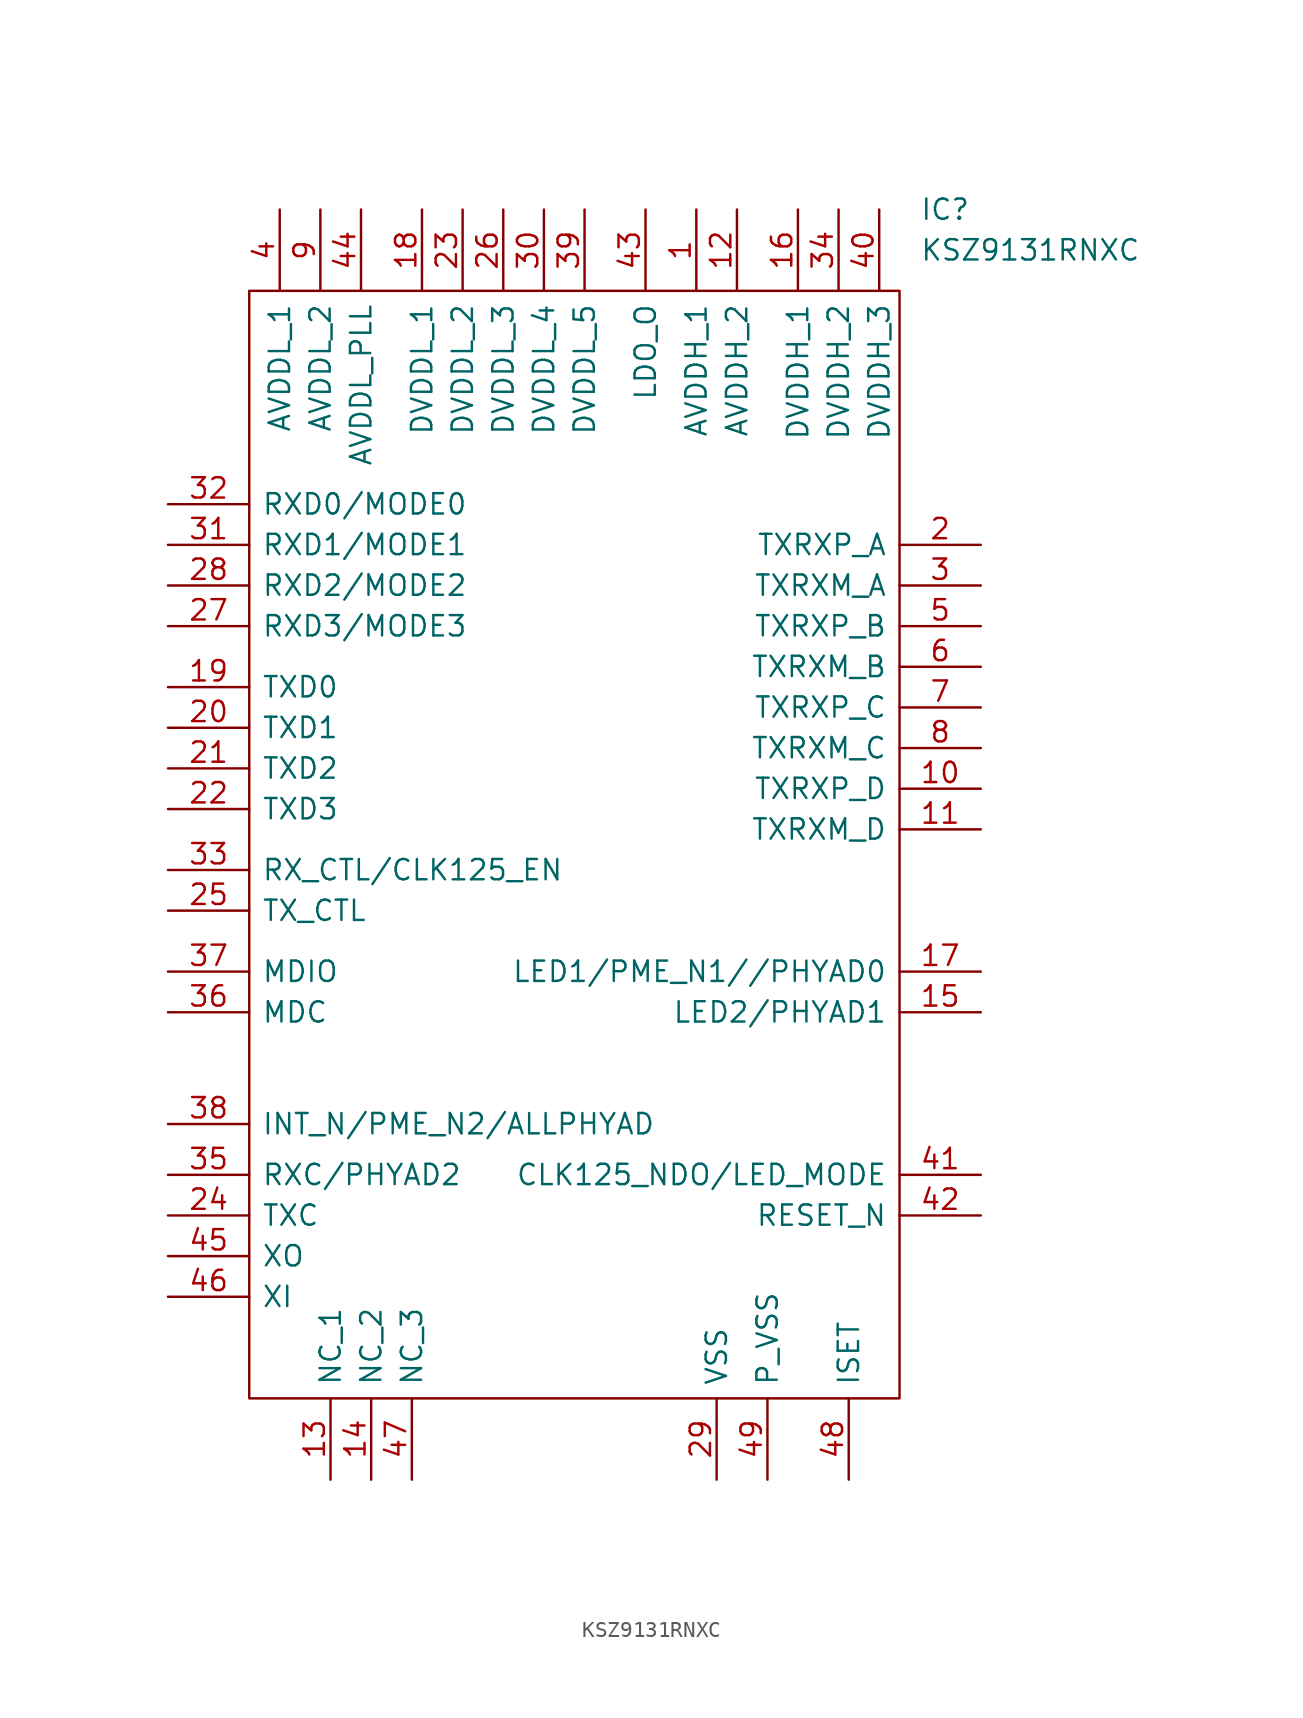
<source format=kicad_sym>
(kicad_symbol_lib
  (version 20200908)
  (generator kicad_symbol_editor)
  (symbol "KSZ9131RNXC:KSZ9131RNXC"
    (pin_names
      (offset 0.762))
    (property "Reference" "IC"
      (at 46.99 38.1 0)
      (effects (font (size 1.27 1.27)) (justify left)))
    (property "Value" "KSZ9131RNXC"
      (at 46.99 35.56 0)
      (effects (font (size 1.27 1.27)) (justify left)))
    (symbol "KSZ9131RNXC_0_1"
      (polyline (pts (xy 5.08 33.02) (xy 45.72 33.02) (xy 45.72 -36.195) (xy 5.08 -36.195) (xy 5.08 33.02)) (stroke (width 0.152)) (fill (type none))))
    (symbol "KSZ9131RNXC_0_0"
      (pin passive line (at 33.02 38.1 270) (length 5.08) (name "AVDDH_1" (effects (font (size 1.27 1.27)))) (number "1" (effects (font (size 1.27 1.27)))))
      (pin passive line (at 50.8 17.145 180) (length 5.08) (name "TXRXP_A" (effects (font (size 1.27 1.27)))) (number "2" (effects (font (size 1.27 1.27)))))
      (pin passive line (at 50.8 14.605 180) (length 5.08) (name "TXRXM_A" (effects (font (size 1.27 1.27)))) (number "3" (effects (font (size 1.27 1.27)))))
      (pin passive line (at 6.985 38.1 270) (length 5.08) (name "AVDDL_1" (effects (font (size 1.27 1.27)))) (number "4" (effects (font (size 1.27 1.27)))))
      (pin passive line (at 50.8 12.065 180) (length 5.08) (name "TXRXP_B" (effects (font (size 1.27 1.27)))) (number "5" (effects (font (size 1.27 1.27)))))
      (pin passive line (at 50.8 9.525 180) (length 5.08) (name "TXRXM_B" (effects (font (size 1.27 1.27)))) (number "6" (effects (font (size 1.27 1.27)))))
      (pin passive line (at 50.8 6.985 180) (length 5.08) (name "TXRXP_C" (effects (font (size 1.27 1.27)))) (number "7" (effects (font (size 1.27 1.27)))))
      (pin passive line (at 50.8 4.445 180) (length 5.08) (name "TXRXM_C" (effects (font (size 1.27 1.27)))) (number "8" (effects (font (size 1.27 1.27)))))
      (pin passive line (at 9.525 38.1 270) (length 5.08) (name "AVDDL_2" (effects (font (size 1.27 1.27)))) (number "9" (effects (font (size 1.27 1.27)))))
      (pin passive line (at 50.8 1.905 180) (length 5.08) (name "TXRXP_D" (effects (font (size 1.27 1.27)))) (number "10" (effects (font (size 1.27 1.27)))))
      (pin passive line (at 50.8 -0.635 180) (length 5.08) (name "TXRXM_D" (effects (font (size 1.27 1.27)))) (number "11" (effects (font (size 1.27 1.27)))))
      (pin passive line (at 35.56 38.1 270) (length 5.08) (name "AVDDH_2" (effects (font (size 1.27 1.27)))) (number "12" (effects (font (size 1.27 1.27)))))
      (pin passive line (at 10.16 -41.275 90) (length 5.08) (name "NC_1" (effects (font (size 1.27 1.27)))) (number "13" (effects (font (size 1.27 1.27)))))
      (pin passive line (at 12.7 -41.275 90) (length 5.08) (name "NC_2" (effects (font (size 1.27 1.27)))) (number "14" (effects (font (size 1.27 1.27)))))
      (pin passive line (at 50.8 -12.065 180) (length 5.08) (name "LED2/PHYAD1" (effects (font (size 1.27 1.27)))) (number "15" (effects (font (size 1.27 1.27)))))
      (pin passive line (at 39.37 38.1 270) (length 5.08) (name "DVDDH_1" (effects (font (size 1.27 1.27)))) (number "16" (effects (font (size 1.27 1.27)))))
      (pin passive line (at 50.8 -9.525 180) (length 5.08) (name "LED1/PME_N1//PHYAD0" (effects (font (size 1.27 1.27)))) (number "17" (effects (font (size 1.27 1.27)))))
      (pin passive line (at 15.875 38.1 270) (length 5.08) (name "DVDDL_1" (effects (font (size 1.27 1.27)))) (number "18" (effects (font (size 1.27 1.27)))))
      (pin passive line (at 0 8.255 0) (length 5.08) (name "TXD0" (effects (font (size 1.27 1.27)))) (number "19" (effects (font (size 1.27 1.27)))))
      (pin passive line (at 0 5.715 0) (length 5.08) (name "TXD1" (effects (font (size 1.27 1.27)))) (number "20" (effects (font (size 1.27 1.27)))))
      (pin passive line (at 0 3.175 0) (length 5.08) (name "TXD2" (effects (font (size 1.27 1.27)))) (number "21" (effects (font (size 1.27 1.27)))))
      (pin passive line (at 0 0.635 0) (length 5.08) (name "TXD3" (effects (font (size 1.27 1.27)))) (number "22" (effects (font (size 1.27 1.27)))))
      (pin passive line (at 18.415 38.1 270) (length 5.08) (name "DVDDL_2" (effects (font (size 1.27 1.27)))) (number "23" (effects (font (size 1.27 1.27)))))
      (pin passive line (at 0 -24.765 0) (length 5.08) (name "TXC" (effects (font (size 1.27 1.27)))) (number "24" (effects (font (size 1.27 1.27)))))
      (pin passive line (at 0 -12.065 0) (length 5.08) (name "MDC" (effects (font (size 1.27 1.27)))) (number "36" (effects (font (size 1.27 1.27)))))
      (pin passive line (at 0 -22.225 0) (length 5.08) (name "RXC/PHYAD2" (effects (font (size 1.27 1.27)))) (number "35" (effects (font (size 1.27 1.27)))))
      (pin passive line (at 41.91 38.1 270) (length 5.08) (name "DVDDH_2" (effects (font (size 1.27 1.27)))) (number "34" (effects (font (size 1.27 1.27)))))
      (pin passive line (at 0 -3.175 0) (length 5.08) (name "RX_CTL/CLK125_EN" (effects (font (size 1.27 1.27)))) (number "33" (effects (font (size 1.27 1.27)))))
      (pin passive line (at 0 19.685 0) (length 5.08) (name "RXD0/MODE0" (effects (font (size 1.27 1.27)))) (number "32" (effects (font (size 1.27 1.27)))))
      (pin passive line (at 0 17.145 0) (length 5.08) (name "RXD1/MODE1" (effects (font (size 1.27 1.27)))) (number "31" (effects (font (size 1.27 1.27)))))
      (pin passive line (at 23.495 38.1 270) (length 5.08) (name "DVDDL_4" (effects (font (size 1.27 1.27)))) (number "30" (effects (font (size 1.27 1.27)))))
      (pin passive line (at 34.29 -41.275 90) (length 5.08) (name "VSS" (effects (font (size 1.27 1.27)))) (number "29" (effects (font (size 1.27 1.27)))))
      (pin passive line (at 0 14.605 0) (length 5.08) (name "RXD2/MODE2" (effects (font (size 1.27 1.27)))) (number "28" (effects (font (size 1.27 1.27)))))
      (pin passive line (at 0 12.065 0) (length 5.08) (name "RXD3/MODE3" (effects (font (size 1.27 1.27)))) (number "27" (effects (font (size 1.27 1.27)))))
      (pin passive line (at 20.955 38.1 270) (length 5.08) (name "DVDDL_3" (effects (font (size 1.27 1.27)))) (number "26" (effects (font (size 1.27 1.27)))))
      (pin passive line (at 0 -5.715 0) (length 5.08) (name "TX_CTL" (effects (font (size 1.27 1.27)))) (number "25" (effects (font (size 1.27 1.27)))))
      (pin passive line (at 37.465 -41.275 90) (length 5.08) (name "P_VSS" (effects (font (size 1.27 1.27)))) (number "49" (effects (font (size 1.27 1.27)))))
      (pin passive line (at 42.545 -41.275 90) (length 5.08) (name "ISET" (effects (font (size 1.27 1.27)))) (number "48" (effects (font (size 1.27 1.27)))))
      (pin passive line (at 15.24 -41.275 90) (length 5.08) (name "NC_3" (effects (font (size 1.27 1.27)))) (number "47" (effects (font (size 1.27 1.27)))))
      (pin passive line (at 0 -29.845 0) (length 5.08) (name "XI" (effects (font (size 1.27 1.27)))) (number "46" (effects (font (size 1.27 1.27)))))
      (pin passive line (at 0 -27.305 0) (length 5.08) (name "XO" (effects (font (size 1.27 1.27)))) (number "45" (effects (font (size 1.27 1.27)))))
      (pin passive line (at 12.065 38.1 270) (length 5.08) (name "AVDDL_PLL" (effects (font (size 1.27 1.27)))) (number "44" (effects (font (size 1.27 1.27)))))
      (pin passive line (at 29.845 38.1 270) (length 5.08) (name "LDO_O" (effects (font (size 1.27 1.27)))) (number "43" (effects (font (size 1.27 1.27)))))
      (pin passive line (at 50.8 -24.765 180) (length 5.08) (name "RESET_N" (effects (font (size 1.27 1.27)))) (number "42" (effects (font (size 1.27 1.27)))))
      (pin passive line (at 50.8 -22.225 180) (length 5.08) (name "CLK125_NDO/LED_MODE" (effects (font (size 1.27 1.27)))) (number "41" (effects (font (size 1.27 1.27)))))
      (pin passive line (at 44.45 38.1 270) (length 5.08) (name "DVDDH_3" (effects (font (size 1.27 1.27)))) (number "40" (effects (font (size 1.27 1.27)))))
      (pin passive line (at 26.035 38.1 270) (length 5.08) (name "DVDDL_5" (effects (font (size 1.27 1.27)))) (number "39" (effects (font (size 1.27 1.27)))))
      (pin passive line (at 0 -19.05 0) (length 5.08) (name "INT_N/PME_N2/ALLPHYAD" (effects (font (size 1.27 1.27)))) (number "38" (effects (font (size 1.27 1.27)))))
      (pin passive line (at 0 -9.525 0) (length 5.08) (name "MDIO" (effects (font (size 1.27 1.27)))) (number "37" (effects (font (size 1.27 1.27))))))))
</source>
